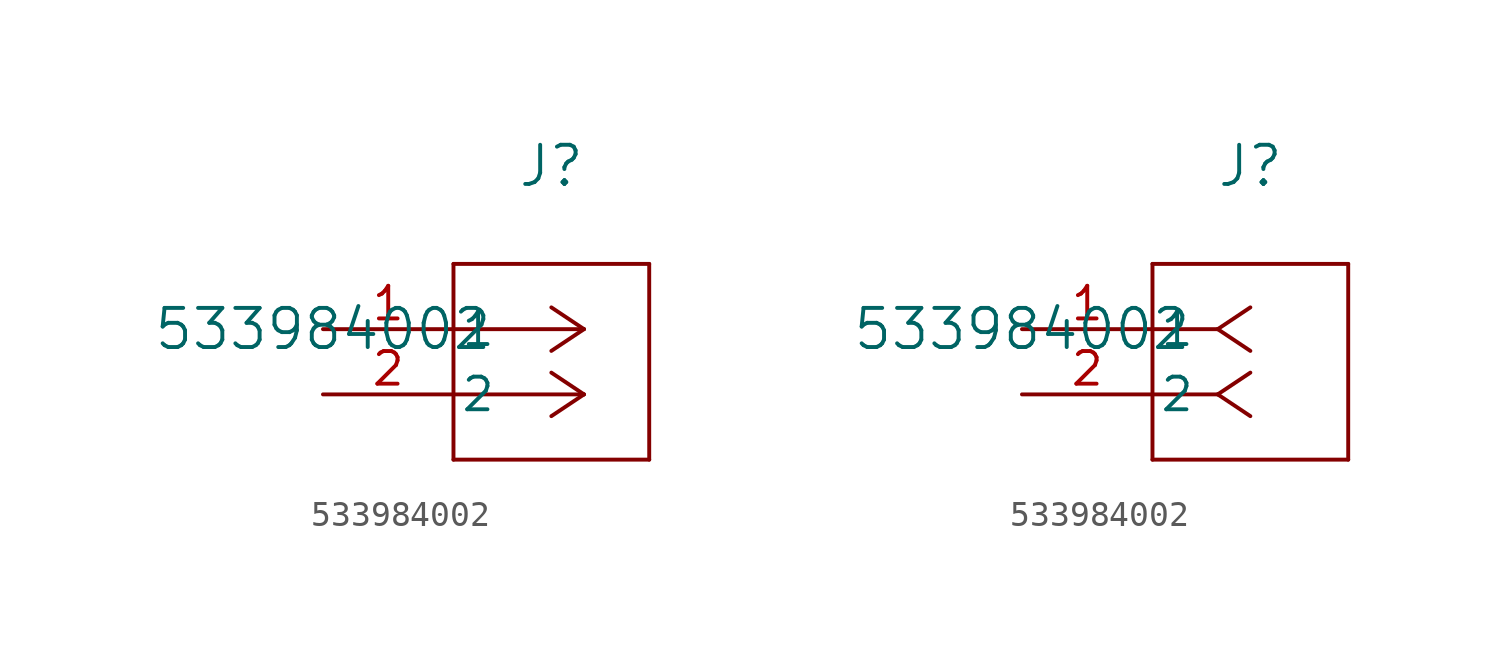
<source format=kicad_sym>
(kicad_symbol_lib
  (version 20211014)
  (generator kicad_symbol_editor)
  (symbol "533984002"
    (pin_names
      (offset 0.254))
    (property "Reference" "J"
      (at 8.89 6.35 0)
      (effects (font (size 1.524 1.524))))
    (property "Value" "533984002"
      (at 0 0 0)
      (effects (font (size 1.524 1.524))))
    (symbol "533984002_1_1"
      (polyline (pts (xy 10.16 0) (xy 5.08 0)) (stroke (width 0) (type default) (color 0 0 0 0)) (fill (type none)))
      (polyline (pts (xy 10.16 -2.54) (xy 5.08 -2.54)) (stroke (width 0) (type default) (color 0 0 0 0)) (fill (type none)))
      (polyline (pts (xy 10.16 0) (xy 8.89 0.847)) (stroke (width 0) (type default) (color 0 0 0 0)) (fill (type none)))
      (polyline (pts (xy 10.16 -2.54) (xy 8.89 -1.693)) (stroke (width 0) (type default) (color 0 0 0 0)) (fill (type none)))
      (polyline (pts (xy 10.16 0) (xy 8.89 -0.847)) (stroke (width 0) (type default) (color 0 0 0 0)) (fill (type none)))
      (polyline (pts (xy 10.16 -2.54) (xy 8.89 -3.387)) (stroke (width 0) (type default) (color 0 0 0 0)) (fill (type none)))
      (polyline (pts (xy 5.08 2.54) (xy 5.08 -5.08)) (stroke (width 0) (type default) (color 0 0 0 0)) (fill (type none)))
      (polyline (pts (xy 5.08 -5.08) (xy 12.7 -5.08)) (stroke (width 0) (type default) (color 0 0 0 0)) (fill (type none)))
      (polyline (pts (xy 12.7 -5.08) (xy 12.7 2.54)) (stroke (width 0) (type default) (color 0 0 0 0)) (fill (type none)))
      (polyline (pts (xy 12.7 2.54) (xy 5.08 2.54)) (stroke (width 0) (type default) (color 0 0 0 0)) (fill (type none)))
      (pin unspecified line (at 0 0 0) (length 5.08) (name "1" (effects (font (size 1.27 1.27)))) (number "1" (effects (font (size 1.27 1.27)))))
      (pin unspecified line (at 0 -2.54 0) (length 5.08) (name "2" (effects (font (size 1.27 1.27)))) (number "2" (effects (font (size 1.27 1.27))))))
    (symbol "533984002_1_2"
      (polyline (pts (xy 7.62 0) (xy 5.08 0)) (stroke (width 0) (type default) (color 0 0 0 0)) (fill (type none)))
      (polyline (pts (xy 7.62 -2.54) (xy 5.08 -2.54)) (stroke (width 0) (type default) (color 0 0 0 0)) (fill (type none)))
      (polyline (pts (xy 7.62 0) (xy 8.89 0.847)) (stroke (width 0) (type default) (color 0 0 0 0)) (fill (type none)))
      (polyline (pts (xy 7.62 -2.54) (xy 8.89 -1.693)) (stroke (width 0) (type default) (color 0 0 0 0)) (fill (type none)))
      (polyline (pts (xy 7.62 0) (xy 8.89 -0.847)) (stroke (width 0) (type default) (color 0 0 0 0)) (fill (type none)))
      (polyline (pts (xy 7.62 -2.54) (xy 8.89 -3.387)) (stroke (width 0) (type default) (color 0 0 0 0)) (fill (type none)))
      (polyline (pts (xy 5.08 2.54) (xy 5.08 -5.08)) (stroke (width 0) (type default) (color 0 0 0 0)) (fill (type none)))
      (polyline (pts (xy 5.08 -5.08) (xy 12.7 -5.08)) (stroke (width 0) (type default) (color 0 0 0 0)) (fill (type none)))
      (polyline (pts (xy 12.7 -5.08) (xy 12.7 2.54)) (stroke (width 0) (type default) (color 0 0 0 0)) (fill (type none)))
      (polyline (pts (xy 12.7 2.54) (xy 5.08 2.54)) (stroke (width 0) (type default) (color 0 0 0 0)) (fill (type none)))
      (pin unspecified line (at 0 0 0) (length 5.08) (name "1" (effects (font (size 1.27 1.27)))) (number "1" (effects (font (size 1.27 1.27)))))
      (pin unspecified line (at 0 -2.54 0) (length 5.08) (name "2" (effects (font (size 1.27 1.27)))) (number "2" (effects (font (size 1.27 1.27))))))))
</source>
